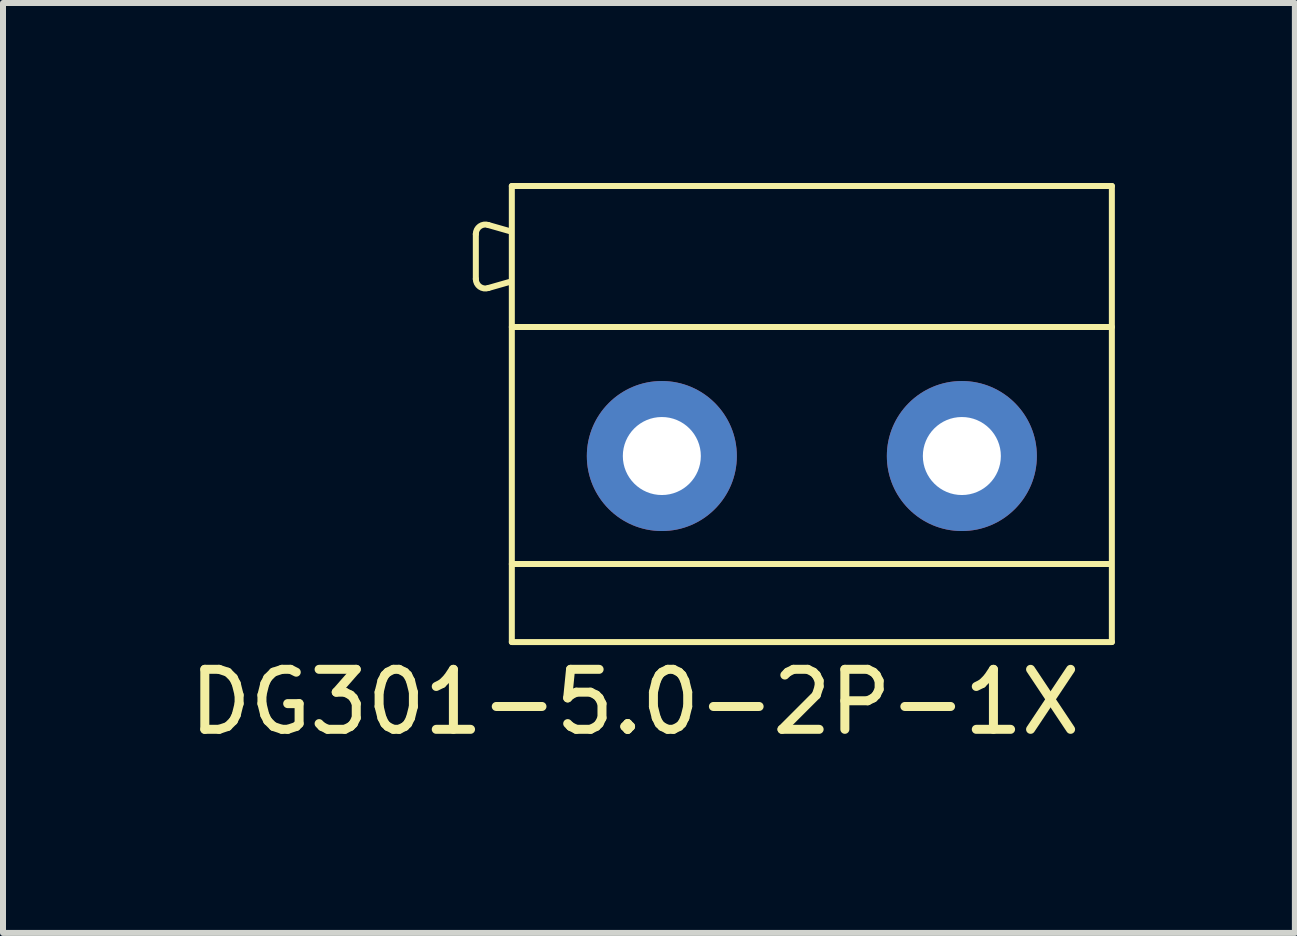
<source format=kicad_pcb>
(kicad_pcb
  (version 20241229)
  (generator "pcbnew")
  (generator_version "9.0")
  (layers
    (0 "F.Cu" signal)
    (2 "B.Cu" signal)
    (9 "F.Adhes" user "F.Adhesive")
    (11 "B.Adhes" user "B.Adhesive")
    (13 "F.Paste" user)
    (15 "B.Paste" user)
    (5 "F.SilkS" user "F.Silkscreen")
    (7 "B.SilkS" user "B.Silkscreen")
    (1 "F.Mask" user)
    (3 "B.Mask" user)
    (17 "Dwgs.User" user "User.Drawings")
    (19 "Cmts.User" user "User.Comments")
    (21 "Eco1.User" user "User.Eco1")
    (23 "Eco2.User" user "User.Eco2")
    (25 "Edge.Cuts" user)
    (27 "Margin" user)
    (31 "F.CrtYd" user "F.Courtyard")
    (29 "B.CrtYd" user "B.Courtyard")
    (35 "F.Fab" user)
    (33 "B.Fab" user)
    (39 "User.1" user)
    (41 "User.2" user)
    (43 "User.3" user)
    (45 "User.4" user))
  (footprint "DG301-5.0-2P-1X"
    (layer "F.Cu")
    (at 10.48 4.55)
    (property "Reference" "DG301-5.0-2P-1X" (at -2.95 4.1 0) (layer "F.SilkS") (effects (font (size 1 1) (thickness 0.15))))
    (attr through_hole)
    (fp_line (start -5.6 -3.7) (end -5.6 -2.95) (stroke (width 0.1) (type solid)) (layer "F.SilkS"))
    (fp_line (start -5.042 -3.75) (end -5.392 -3.85) (stroke (width 0.1) (type solid)) (layer "F.SilkS"))
    (fp_line (start -5.042 -2.9) (end -5.392 -2.8) (stroke (width 0.1) (type solid)) (layer "F.SilkS"))
    (fp_line (start -5 -4.5) (end -5 3.1) (stroke (width 0.1) (type solid)) (layer "F.SilkS"))
    (fp_line (start -5 -2.15) (end 5 -2.15) (stroke (width 0.1) (type solid)) (layer "F.SilkS"))
    (fp_line (start -5 1.8) (end 4.95 1.8) (stroke (width 0.1) (type solid)) (layer "F.SilkS"))
    (fp_line (start -5 3.1) (end 5 3.1) (stroke (width 0.1) (type solid)) (layer "F.SilkS"))
    (fp_line (start 5 -4.5) (end -5 -4.5) (stroke (width 0.1) (type solid)) (layer "F.SilkS"))
    (fp_line (start 5 3.1) (end 5 -4.5) (stroke (width 0.1) (type solid)) (layer "F.SilkS"))
    (fp_arc (start -5.6 -3.7) (mid -5.534338 -3.828268) (end -5.391888 -3.85) (stroke (width 0.1) (type solid)) (layer "F.SilkS"))
    (fp_arc (start -5.391888 -2.8) (mid -5.534338 -2.821732) (end -5.6 -2.95) (stroke (width 0.1) (type solid)) (layer "F.SilkS"))
    (pad "1" thru_hole circle (at -2.5 0) (size 2.5 2.5) (drill 1.3) (layers "*.Cu" "*.Mask"))
    (pad "2" thru_hole circle (at 2.5 0) (size 2.5 2.5) (drill 1.3) (layers "*.Cu" "*.Mask")))
  (gr_rect
    (start -3 -3)
    (end 18.53 12.498)
    (stroke (width 0.1) (type default))
    (fill no)
    (layer "Edge.Cuts")))
</source>
